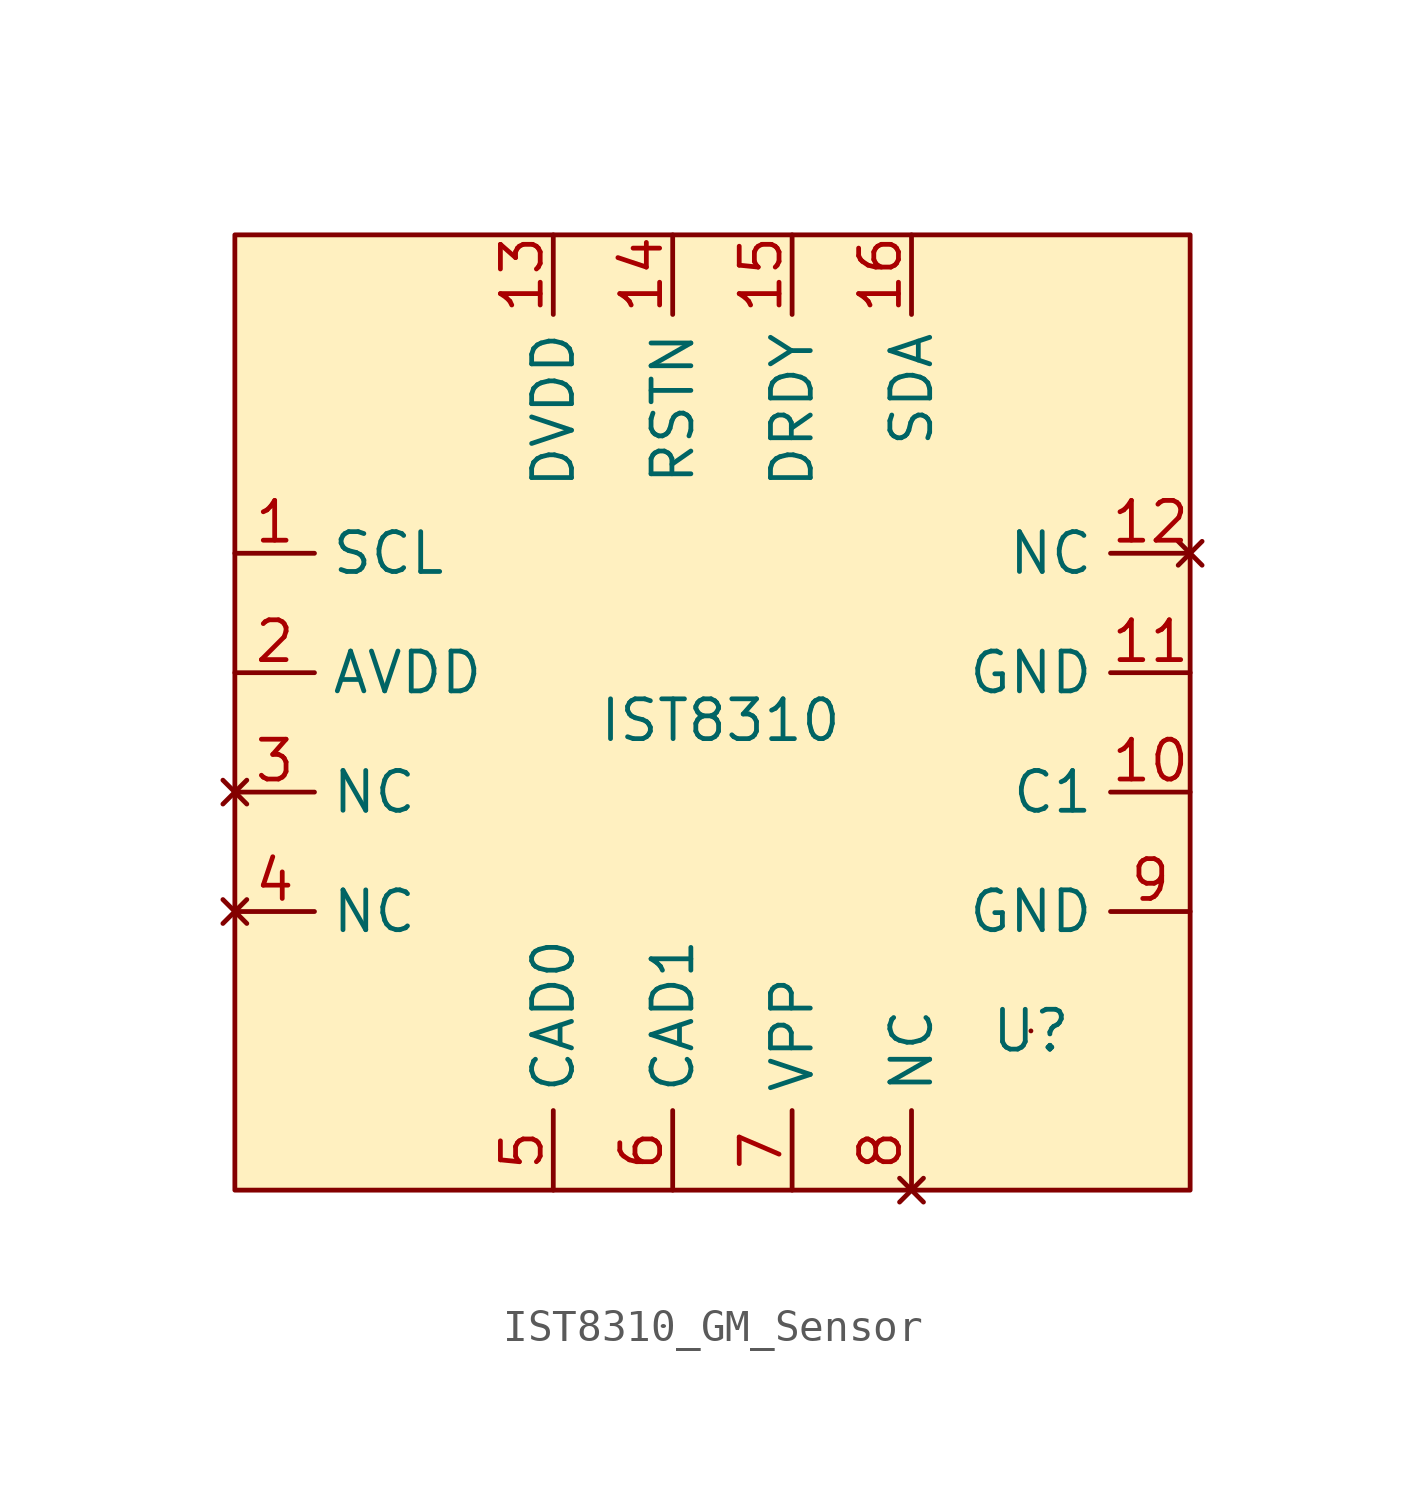
<source format=kicad_sym>
(kicad_symbol_lib
  (version 20241209)
  (generator "kicad_symbol_editor")
  (generator_version "9.0")
  (symbol "IST8310_GM_Sensor"
    (property "Reference" "U"
      (at 10.16 -10.16 0)
      (effects (font (size 1.27 1.27))))
    (property "Value" "IST8310"
      (at 0.254 -0.254 0)
      (effects (font (size 1.27 1.27))))
    (symbol "IST8310_GM_Sensor_0_0"
      (pin no_connect line (at -15.24 -2.54 0) (length 2.54) (name "NC" (effects (font (size 1.27 1.27)))) (number "3" (effects (font (size 1.27 1.27)))))
      (pin no_connect line (at -15.24 -6.35 0) (length 2.54) (name "NC" (effects (font (size 1.27 1.27)))) (number "4" (effects (font (size 1.27 1.27)))))
      (pin power_in line (at -5.08 15.24 270) (length 2.54) (name "DVDD" (effects (font (size 1.27 1.27)))) (number "13" (effects (font (size 1.27 1.27)))))
      (pin input line (at -5.08 -15.24 90) (length 2.54) (name "CAD0" (effects (font (size 1.27 1.27)))) (number "5" (effects (font (size 1.27 1.27)))))
      (pin input line (at -1.27 15.24 270) (length 2.54) (name "RSTN" (effects (font (size 1.27 1.27)))) (number "14" (effects (font (size 1.27 1.27)))))
      (pin passive line (at 2.54 -15.24 90) (length 2.54) (name "VPP" (effects (font (size 1.27 1.27)))) (number "7" (effects (font (size 1.27 1.27)))))
      (pin power_in line (at 15.24 1.27 180) (length 2.54) (name "GND" (effects (font (size 1.27 1.27)))) (number "11" (effects (font (size 1.27 1.27)))))
      (pin power_in line (at 15.24 -6.35 180) (length 2.54) (name "GND" (effects (font (size 1.27 1.27)))) (number "9" (effects (font (size 1.27 1.27))))))
    (symbol "IST8310_GM_Sensor_0_1"
      (rectangle (start 10.16 -10.16) (end 10.16 -10.16) (stroke (width 0) (type default)) (fill (type none))))
    (symbol "IST8310_GM_Sensor_1_0"
      (pin input line (at -15.24 5.08 0) (length 2.54) (name "SCL" (effects (font (size 1.27 1.27)))) (number "1" (effects (font (size 1.27 1.27)))))
      (pin power_in line (at -15.24 1.27 0) (length 2.54) (name "AVDD" (effects (font (size 1.27 1.27)))) (number "2" (effects (font (size 1.27 1.27)))))
      (pin input line (at -1.27 -15.24 90) (length 2.54) (name "CAD1" (effects (font (size 1.27 1.27)))) (number "6" (effects (font (size 1.27 1.27)))))
      (pin output line (at 2.54 15.24 270) (length 2.54) (name "DRDY" (effects (font (size 1.27 1.27)))) (number "15" (effects (font (size 1.27 1.27)))))
      (pin bidirectional line (at 6.35 15.24 270) (length 2.54) (name "SDA" (effects (font (size 1.27 1.27)))) (number "16" (effects (font (size 1.27 1.27)))))
      (pin no_connect line (at 6.35 -15.24 90) (length 2.54) (name "NC" (effects (font (size 1.27 1.27)))) (number "8" (effects (font (size 1.27 1.27)))))
      (pin no_connect line (at 15.24 5.08 180) (length 2.54) (name "NC" (effects (font (size 1.27 1.27)))) (number "12" (effects (font (size 1.27 1.27)))))
      (pin passive line (at 15.24 -2.54 180) (length 2.54) (name "C1" (effects (font (size 1.27 1.27)))) (number "10" (effects (font (size 1.27 1.27))))))
    (symbol "IST8310_GM_Sensor_1_1"
      (rectangle (start -15.24 15.24) (end 15.24 -15.24) (stroke (width 0) (type solid)) (fill (type color) (color 255 240 192 1))))))
</source>
